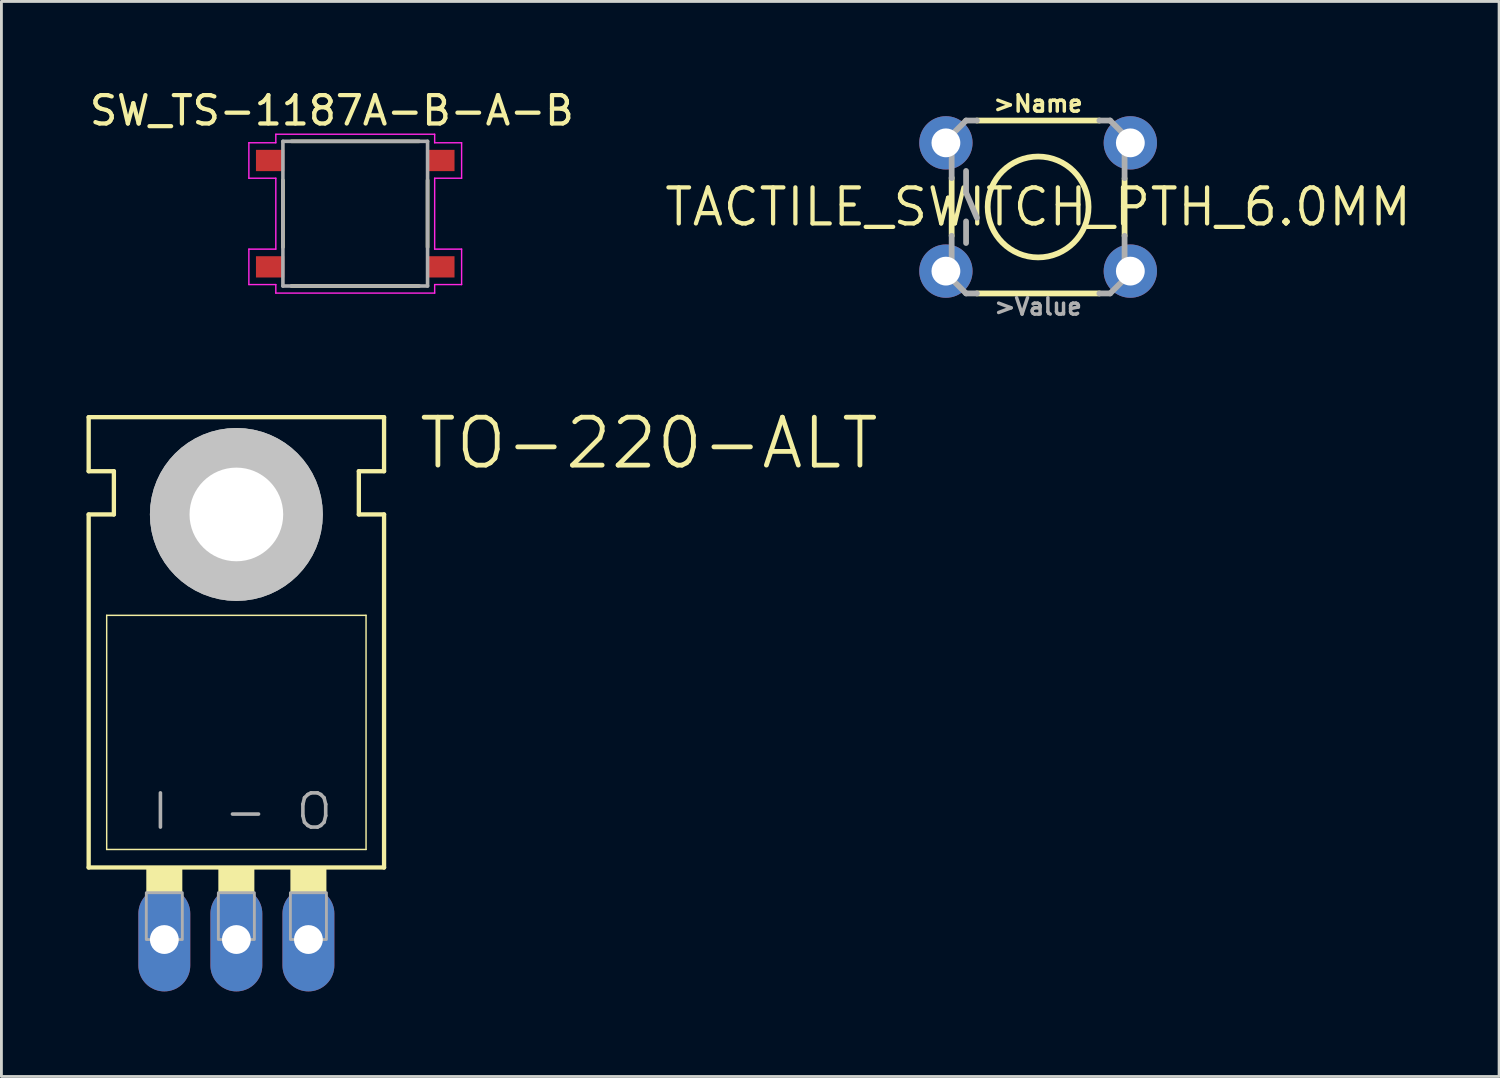
<source format=kicad_pcb>
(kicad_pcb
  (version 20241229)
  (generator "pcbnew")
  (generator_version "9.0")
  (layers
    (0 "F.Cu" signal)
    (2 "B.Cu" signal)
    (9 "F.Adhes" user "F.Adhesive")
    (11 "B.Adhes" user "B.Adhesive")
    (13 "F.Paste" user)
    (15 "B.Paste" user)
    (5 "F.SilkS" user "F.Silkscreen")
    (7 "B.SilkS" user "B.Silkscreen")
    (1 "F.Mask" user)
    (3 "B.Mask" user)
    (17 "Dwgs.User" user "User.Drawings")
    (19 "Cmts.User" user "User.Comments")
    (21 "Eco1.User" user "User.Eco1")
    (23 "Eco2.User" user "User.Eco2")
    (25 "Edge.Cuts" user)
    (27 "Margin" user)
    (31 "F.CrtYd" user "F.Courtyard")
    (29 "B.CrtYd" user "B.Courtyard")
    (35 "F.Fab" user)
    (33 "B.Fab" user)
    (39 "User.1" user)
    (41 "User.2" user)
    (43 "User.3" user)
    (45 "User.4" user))
  (footprint "TACTILE_SWITCH_PTH_6.0MM"
    (layer "F.Cu")
    (at 33.549 4.247)
    (property "Reference" "TACTILE_SWITCH_PTH_6.0MM" (at 0 0 0) (layer "F.SilkS") (effects (font (size 1.27 1.27) (thickness 0.15))))
    (attr through_hole)
    (fp_line (start -3.048 -1.028) (end -3.048 1.016) (stroke (width 0.203) (type solid)) (layer "F.SilkS"))
    (fp_line (start -2.159 3.048) (end 2.159 3.048) (stroke (width 0.203) (type solid)) (layer "F.SilkS"))
    (fp_line (start 2.159 -3.048) (end -2.159 -3.048) (stroke (width 0.203) (type solid)) (layer "F.SilkS"))
    (fp_line (start 3.048 -0.998) (end 3.048 1.016) (stroke (width 0.203) (type solid)) (layer "F.SilkS"))
    (fp_circle (center 0 0) (end 1.778 0) (stroke (width 0.203) (type solid)) (fill no) (layer "F.SilkS"))
    (fp_line (start -3.048 -2.54) (end -3.048 -1.016) (stroke (width 0.203) (type solid)) (layer "F.Fab"))
    (fp_line (start -3.048 2.54) (end -3.048 1.016) (stroke (width 0.203) (type solid)) (layer "F.Fab"))
    (fp_line (start -2.54 -3.048) (end -3.048 -2.54) (stroke (width 0.203) (type solid)) (layer "F.Fab"))
    (fp_line (start -2.54 -3.048) (end -2.159 -3.048) (stroke (width 0.203) (type solid)) (layer "F.Fab"))
    (fp_line (start -2.54 -1.27) (end -2.54 -0.508) (stroke (width 0.203) (type solid)) (layer "F.Fab"))
    (fp_line (start -2.54 -0.508) (end -2.159 0.381) (stroke (width 0.203) (type solid)) (layer "F.Fab"))
    (fp_line (start -2.54 0.508) (end -2.54 1.27) (stroke (width 0.203) (type solid)) (layer "F.Fab"))
    (fp_line (start -2.54 3.048) (end -3.048 2.54) (stroke (width 0.203) (type solid)) (layer "F.Fab"))
    (fp_line (start -2.54 3.048) (end -2.159 3.048) (stroke (width 0.203) (type solid)) (layer "F.Fab"))
    (fp_line (start 2.54 -3.048) (end 2.159 -3.048) (stroke (width 0.203) (type solid)) (layer "F.Fab"))
    (fp_line (start 2.54 3.048) (end 2.159 3.048) (stroke (width 0.203) (type solid)) (layer "F.Fab"))
    (fp_line (start 2.54 3.048) (end 3.048 2.54) (stroke (width 0.203) (type solid)) (layer "F.Fab"))
    (fp_line (start 3.048 -2.54) (end 2.54 -3.048) (stroke (width 0.203) (type solid)) (layer "F.Fab"))
    (fp_line (start 3.048 -1.016) (end 3.048 -2.54) (stroke (width 0.203) (type solid)) (layer "F.Fab"))
    (fp_line (start 3.048 2.54) (end 3.048 1.016) (stroke (width 0.203) (type solid)) (layer "F.Fab"))
    (fp_text user ">Name" (at 0 -3.302 0) (layer "F.SilkS") (effects (font (size 0.579 0.579) (thickness 0.122)) (justify bottom)))
    (fp_text user ">Value" (at 0 3.175 0) (layer "F.Fab") (effects (font (size 0.579 0.579) (thickness 0.122)) (justify top)))
    (pad "1" thru_hole circle (at -3.251 -2.261) (size 1.88 1.88) (drill 1.016) (layers "*.Cu" "*.Mask"))
    (pad "2" thru_hole circle (at 3.251 -2.261) (size 1.88 1.88) (drill 1.016) (layers "*.Cu" "*.Mask"))
    (pad "3" thru_hole circle (at -3.251 2.261) (size 1.88 1.88) (drill 1.016) (layers "*.Cu" "*.Mask"))
    (pad "4" thru_hole circle (at 3.251 2.261) (size 1.88 1.88) (drill 1.016) (layers "*.Cu" "*.Mask")))
  (footprint "TO-220-ALT"
    (layer "F.Cu")
    (at 5.283 26.263)
    (property "Reference" "TO-220-ALT" (at 6.35 -12.7 180) (layer "F.SilkS") (effects (font (size 1.689 1.689) (thickness 0.169)) (justify left bottom)))
    (attr through_hole)
    (fp_line (start -5.207 -12.7) (end -5.207 -14.605) (stroke (width 0.152) (type solid)) (layer "F.SilkS"))
    (fp_line (start -5.207 -11.176) (end -4.318 -11.176) (stroke (width 0.152) (type solid)) (layer "F.SilkS"))
    (fp_line (start -5.207 1.27) (end -5.207 -11.176) (stroke (width 0.152) (type solid)) (layer "F.SilkS"))
    (fp_line (start -5.207 1.27) (end 5.207 1.27) (stroke (width 0.152) (type solid)) (layer "F.SilkS"))
    (fp_line (start -4.572 0.635) (end -4.572 -7.62) (stroke (width 0.051) (type solid)) (layer "F.SilkS"))
    (fp_line (start -4.572 0.635) (end 4.572 0.635) (stroke (width 0.051) (type solid)) (layer "F.SilkS"))
    (fp_line (start -4.318 -12.7) (end -5.207 -12.7) (stroke (width 0.152) (type solid)) (layer "F.SilkS"))
    (fp_line (start -4.318 -11.176) (end -4.318 -12.7) (stroke (width 0.152) (type solid)) (layer "F.SilkS"))
    (fp_line (start 4.318 -12.7) (end 5.207 -12.7) (stroke (width 0.152) (type solid)) (layer "F.SilkS"))
    (fp_line (start 4.318 -11.176) (end 4.318 -12.7) (stroke (width 0.152) (type solid)) (layer "F.SilkS"))
    (fp_line (start 4.572 -7.62) (end -4.572 -7.62) (stroke (width 0.051) (type solid)) (layer "F.SilkS"))
    (fp_line (start 4.572 -7.62) (end 4.572 0.635) (stroke (width 0.051) (type solid)) (layer "F.SilkS"))
    (fp_line (start 5.207 -14.605) (end -5.207 -14.605) (stroke (width 0.152) (type solid)) (layer "F.SilkS"))
    (fp_line (start 5.207 -12.7) (end 5.207 -14.605) (stroke (width 0.152) (type solid)) (layer "F.SilkS"))
    (fp_line (start 5.207 -11.176) (end 4.318 -11.176) (stroke (width 0.152) (type solid)) (layer "F.SilkS"))
    (fp_line (start 5.207 1.27) (end 5.207 -11.176) (stroke (width 0.152) (type solid)) (layer "F.SilkS"))
    (fp_circle (center 0 -11.176) (end 1.803 -11.176) (stroke (width 0.152) (type solid)) (fill no) (layer "F.SilkS"))
    (fp_poly (pts (xy -3.175 2.159) (xy -1.905 2.159) (xy -1.905 1.27) (xy -3.175 1.27)) (stroke (width 0) (type solid)) (fill yes) (layer "F.SilkS"))
    (fp_poly (pts (xy -0.635 2.159) (xy 0.635 2.159) (xy 0.635 1.27) (xy -0.635 1.27)) (stroke (width 0) (type solid)) (fill yes) (layer "F.SilkS"))
    (fp_poly (pts (xy 1.905 2.159) (xy 3.175 2.159) (xy 3.175 1.27) (xy 1.905 1.27)) (stroke (width 0) (type solid)) (fill yes) (layer "F.SilkS"))
    (fp_circle (center 0 -11.176) (end 1.524 -11.176) (stroke (width 3.048) (type solid)) (fill no) (layer "Dwgs.User"))
    (fp_circle (center 0 -11.176) (end 1.524 -11.176) (stroke (width 3.048) (type solid)) (fill no) (layer "Dwgs.User"))
    (fp_poly (pts (xy -3.175 3.81) (xy -1.905 3.81) (xy -1.905 2.159) (xy -3.175 2.159)) (stroke (width 0.1) (type solid)) (fill no) (layer "F.Fab"))
    (fp_poly (pts (xy -0.635 3.81) (xy 0.635 3.81) (xy 0.635 2.159) (xy -0.635 2.159)) (stroke (width 0.1) (type solid)) (fill no) (layer "F.Fab"))
    (fp_poly (pts (xy 1.905 3.81) (xy 3.175 3.81) (xy 3.175 2.159) (xy 1.905 2.159)) (stroke (width 0.1) (type solid)) (fill no) (layer "F.Fab"))
    (fp_text user "O" (at 2.032 0 0) (layer "F.Fab") (effects (font (size 1.206 1.206) (thickness 0.127)) (justify left bottom)))
    (fp_text user "I" (at -3.048 0 0) (layer "F.Fab") (effects (font (size 1.206 1.206) (thickness 0.127)) (justify left bottom)))
    (fp_text user "-" (at -0.508 0 0) (layer "F.Fab") (effects (font (size 1.206 1.206) (thickness 0.127)) (justify left bottom)))
    (pad "" np_thru_hole circle (at 0 -11.176) (size 3.302 3.302) (drill 3.302) (layers "*.Cu" "*.Mask"))
    (pad "GND" thru_hole oval (at 0 3.81 90) (size 3.658 1.829) (drill 1.016) (layers "*.Cu" "*.Mask"))
    (pad "IN" thru_hole oval (at -2.54 3.81 90) (size 3.658 1.829) (drill 1.016) (layers "*.Cu" "*.Mask"))
    (pad "OUT" thru_hole oval (at 2.54 3.81 90) (size 3.658 1.829) (drill 1.016) (layers "*.Cu" "*.Mask")))
  (footprint "SW_TS-1187A-B-A-B"
    (layer "F.Cu")
    (at 9.474 4.483)
    (property "Reference" "SW_TS-1187A-B-A-B" (at -0.825 -3.635 0) (layer "F.SilkS") (effects (font (size 1 1) (thickness 0.15))))
    (attr through_hole)
    (fp_line (start -2.55 -1.18) (end -2.55 1.18) (stroke (width 0.127) (type solid)) (layer "F.SilkS"))
    (fp_line (start 2.25 -2.55) (end -2.25 -2.55) (stroke (width 0.127) (type solid)) (layer "F.SilkS"))
    (fp_line (start 2.25 2.55) (end -2.25 2.55) (stroke (width 0.127) (type solid)) (layer "F.SilkS"))
    (fp_line (start 2.55 1.18) (end 2.55 -1.18) (stroke (width 0.127) (type solid)) (layer "F.SilkS"))
    (fp_line (start -3.75 -2.5) (end -3.75 -1.25) (stroke (width 0.05) (type solid)) (layer "F.CrtYd"))
    (fp_line (start -3.75 -2.5) (end -2.8 -2.5) (stroke (width 0.05) (type solid)) (layer "F.CrtYd"))
    (fp_line (start -3.75 -1.25) (end -2.8 -1.25) (stroke (width 0.05) (type solid)) (layer "F.CrtYd"))
    (fp_line (start -3.75 1.25) (end -2.8 1.25) (stroke (width 0.05) (type solid)) (layer "F.CrtYd"))
    (fp_line (start -3.75 2.5) (end -3.75 1.25) (stroke (width 0.05) (type solid)) (layer "F.CrtYd"))
    (fp_line (start -3.75 2.5) (end -2.8 2.5) (stroke (width 0.05) (type solid)) (layer "F.CrtYd"))
    (fp_line (start -2.8 -2.8) (end -2.8 -2.5) (stroke (width 0.05) (type solid)) (layer "F.CrtYd"))
    (fp_line (start -2.8 -1.25) (end -2.8 1.25) (stroke (width 0.05) (type solid)) (layer "F.CrtYd"))
    (fp_line (start -2.8 2.8) (end -2.8 2.5) (stroke (width 0.05) (type solid)) (layer "F.CrtYd"))
    (fp_line (start -2.8 2.8) (end 2.8 2.8) (stroke (width 0.05) (type solid)) (layer "F.CrtYd"))
    (fp_line (start 2.8 -2.8) (end -2.8 -2.8) (stroke (width 0.05) (type solid)) (layer "F.CrtYd"))
    (fp_line (start 2.8 -2.8) (end 2.8 -2.5) (stroke (width 0.05) (type solid)) (layer "F.CrtYd"))
    (fp_line (start 2.8 -1.25) (end 2.8 1.25) (stroke (width 0.05) (type solid)) (layer "F.CrtYd"))
    (fp_line (start 2.8 2.8) (end 2.8 2.5) (stroke (width 0.05) (type solid)) (layer "F.CrtYd"))
    (fp_line (start 3.75 -2.5) (end 2.8 -2.5) (stroke (width 0.05) (type solid)) (layer "F.CrtYd"))
    (fp_line (start 3.75 -2.5) (end 3.75 -1.25) (stroke (width 0.05) (type solid)) (layer "F.CrtYd"))
    (fp_line (start 3.75 -1.25) (end 2.8 -1.25) (stroke (width 0.05) (type solid)) (layer "F.CrtYd"))
    (fp_line (start 3.75 1.25) (end 2.8 1.25) (stroke (width 0.05) (type solid)) (layer "F.CrtYd"))
    (fp_line (start 3.75 2.5) (end 2.8 2.5) (stroke (width 0.05) (type solid)) (layer "F.CrtYd"))
    (fp_line (start 3.75 2.5) (end 3.75 1.25) (stroke (width 0.05) (type solid)) (layer "F.CrtYd"))
    (fp_line (start -2.55 -2.55) (end -2.55 2.55) (stroke (width 0.127) (type solid)) (layer "F.Fab"))
    (fp_line (start -2.55 2.55) (end 2.55 2.55) (stroke (width 0.127) (type solid)) (layer "F.Fab"))
    (fp_line (start 2.55 -2.55) (end -2.55 -2.55) (stroke (width 0.127) (type solid)) (layer "F.Fab"))
    (fp_line (start 2.55 2.55) (end 2.55 -2.55) (stroke (width 0.127) (type solid)) (layer "F.Fab"))
    (pad "1" smd rect (at -3 -1.875) (size 1 0.75) (layers "F.Cu" "F.Mask" "F.Paste"))
    (pad "1" smd rect (at 3 -1.875) (size 1 0.75) (layers "F.Cu" "F.Mask" "F.Paste"))
    (pad "2" smd rect (at -3 1.875) (size 1 0.75) (layers "F.Cu" "F.Mask" "F.Paste"))
    (pad "2" smd rect (at 3 1.875) (size 1 0.75) (layers "F.Cu" "F.Mask" "F.Paste")))
  (gr_rect
    (start -3 -3)
    (end 49.801 34.901)
    (stroke (width 0.1) (type default))
    (fill no)
    (layer "Edge.Cuts")))
</source>
